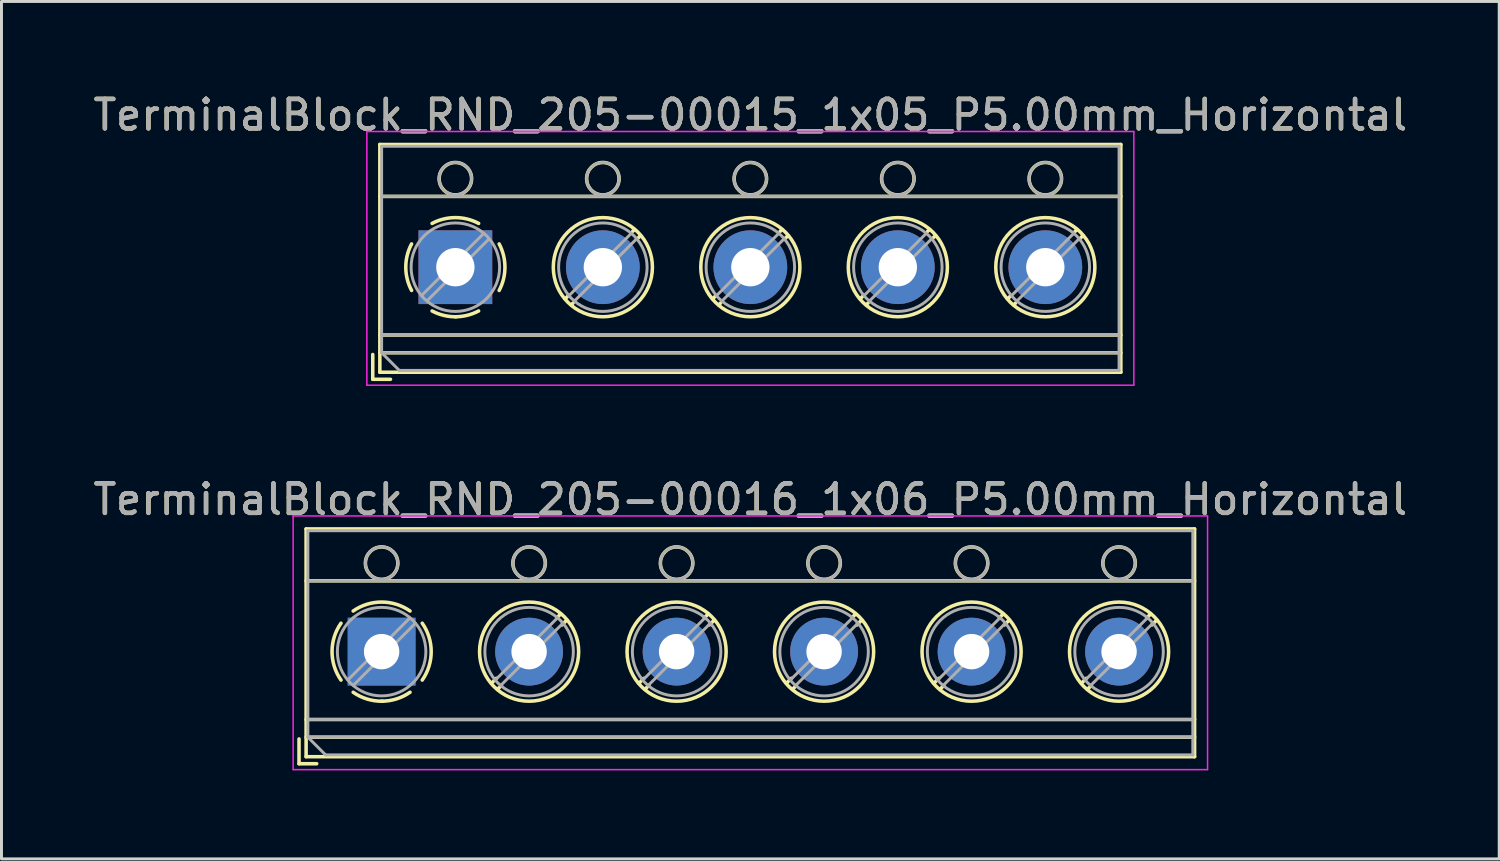
<source format=kicad_pcb>
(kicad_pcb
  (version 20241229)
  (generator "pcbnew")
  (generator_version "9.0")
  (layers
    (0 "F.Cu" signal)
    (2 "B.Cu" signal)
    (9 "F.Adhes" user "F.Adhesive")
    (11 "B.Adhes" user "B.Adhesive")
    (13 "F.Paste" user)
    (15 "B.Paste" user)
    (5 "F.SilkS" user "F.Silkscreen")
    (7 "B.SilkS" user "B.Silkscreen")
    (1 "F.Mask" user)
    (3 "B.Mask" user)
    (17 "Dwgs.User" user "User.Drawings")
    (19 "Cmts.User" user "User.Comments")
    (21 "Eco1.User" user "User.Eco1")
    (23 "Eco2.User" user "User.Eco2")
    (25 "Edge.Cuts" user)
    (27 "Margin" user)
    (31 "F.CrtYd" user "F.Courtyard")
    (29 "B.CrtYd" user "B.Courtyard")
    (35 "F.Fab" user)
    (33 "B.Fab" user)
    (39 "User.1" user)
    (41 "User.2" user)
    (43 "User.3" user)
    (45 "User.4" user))
  (footprint "TerminalBlock_RND_205-00015_1x05_P5.00mm_Horizontal"
    (layer "F.Cu")
    (at 12.387 6.008)
    (property "Reference" "TerminalBlock_RND_205-00015_1x05_P5.00mm_Horizontal" (at 10 -5.16 0) (layer "F.SilkS") (effects (font (size 1 1) (thickness 0.15))))
    (attr through_hole)
    (fp_line (start -2.8 2.96) (end -2.8 3.8) (stroke (width 0.12) (type solid)) (layer "F.SilkS"))
    (fp_line (start -2.8 3.8) (end -2.2 3.8) (stroke (width 0.12) (type solid)) (layer "F.SilkS"))
    (fp_line (start -2.56 -4.16) (end -2.56 3.561) (stroke (width 0.12) (type solid)) (layer "F.SilkS"))
    (fp_line (start -2.56 -4.16) (end 22.56 -4.16) (stroke (width 0.12) (type solid)) (layer "F.SilkS"))
    (fp_line (start -2.56 -2.4) (end 22.56 -2.4) (stroke (width 0.12) (type solid)) (layer "F.SilkS"))
    (fp_line (start -2.56 2.3) (end 22.56 2.3) (stroke (width 0.12) (type solid)) (layer "F.SilkS"))
    (fp_line (start -2.56 2.9) (end 22.56 2.9) (stroke (width 0.12) (type solid)) (layer "F.SilkS"))
    (fp_line (start -2.56 3.561) (end 22.56 3.561) (stroke (width 0.12) (type solid)) (layer "F.SilkS"))
    (fp_line (start 3.82 0.976) (end 3.726 1.069) (stroke (width 0.12) (type solid)) (layer "F.SilkS"))
    (fp_line (start 3.99 1.216) (end 3.931 1.274) (stroke (width 0.12) (type solid)) (layer "F.SilkS"))
    (fp_line (start 6.07 -1.275) (end 6.011 -1.216) (stroke (width 0.12) (type solid)) (layer "F.SilkS"))
    (fp_line (start 6.275 -1.069) (end 6.181 -0.976) (stroke (width 0.12) (type solid)) (layer "F.SilkS"))
    (fp_line (start 8.82 0.976) (end 8.726 1.069) (stroke (width 0.12) (type solid)) (layer "F.SilkS"))
    (fp_line (start 8.99 1.216) (end 8.931 1.274) (stroke (width 0.12) (type solid)) (layer "F.SilkS"))
    (fp_line (start 11.07 -1.275) (end 11.011 -1.216) (stroke (width 0.12) (type solid)) (layer "F.SilkS"))
    (fp_line (start 11.275 -1.069) (end 11.181 -0.976) (stroke (width 0.12) (type solid)) (layer "F.SilkS"))
    (fp_line (start 13.82 0.976) (end 13.726 1.069) (stroke (width 0.12) (type solid)) (layer "F.SilkS"))
    (fp_line (start 13.99 1.216) (end 13.931 1.274) (stroke (width 0.12) (type solid)) (layer "F.SilkS"))
    (fp_line (start 16.07 -1.275) (end 16.011 -1.216) (stroke (width 0.12) (type solid)) (layer "F.SilkS"))
    (fp_line (start 16.275 -1.069) (end 16.181 -0.976) (stroke (width 0.12) (type solid)) (layer "F.SilkS"))
    (fp_line (start 18.82 0.976) (end 18.726 1.069) (stroke (width 0.12) (type solid)) (layer "F.SilkS"))
    (fp_line (start 18.99 1.216) (end 18.931 1.274) (stroke (width 0.12) (type solid)) (layer "F.SilkS"))
    (fp_line (start 21.07 -1.275) (end 21.011 -1.216) (stroke (width 0.12) (type solid)) (layer "F.SilkS"))
    (fp_line (start 21.275 -1.069) (end 21.181 -0.976) (stroke (width 0.12) (type solid)) (layer "F.SilkS"))
    (fp_line (start 22.56 -4.16) (end 22.56 3.561) (stroke (width 0.12) (type solid)) (layer "F.SilkS"))
    (fp_arc (start -1.483953 0.789089) (mid -1.680708 0.00005) (end -1.484 -0.789) (stroke (width 0.12) (type solid)) (layer "F.SilkS"))
    (fp_arc (start -0.789089 -1.483953) (mid -0.00005 -1.680708) (end 0.789 -1.484) (stroke (width 0.12) (type solid)) (layer "F.SilkS"))
    (fp_arc (start 0.029383 1.68045) (mid -0.392304 1.634281) (end -0.789 1.484) (stroke (width 0.12) (type solid)) (layer "F.SilkS"))
    (fp_arc (start 0.788712 1.483352) (mid 0.406429 1.630097) (end 0 1.68) (stroke (width 0.12) (type solid)) (layer "F.SilkS"))
    (fp_arc (start 1.483953 -0.789089) (mid 1.680708 -0.00005) (end 1.484 0.789) (stroke (width 0.12) (type solid)) (layer "F.SilkS"))
    (fp_circle (center 0 -3) (end 0.55 -3) (stroke (width 0.12) (type solid)) (fill no) (layer "F.SilkS"))
    (fp_circle (center 5 -3) (end 5.55 -3) (stroke (width 0.12) (type solid)) (fill no) (layer "F.SilkS"))
    (fp_circle (center 5 0) (end 6.68 0) (stroke (width 0.12) (type solid)) (fill no) (layer "F.SilkS"))
    (fp_circle (center 10 -3) (end 10.55 -3) (stroke (width 0.12) (type solid)) (fill no) (layer "F.SilkS"))
    (fp_circle (center 10 0) (end 11.68 0) (stroke (width 0.12) (type solid)) (fill no) (layer "F.SilkS"))
    (fp_circle (center 15 -3) (end 15.55 -3) (stroke (width 0.12) (type solid)) (fill no) (layer "F.SilkS"))
    (fp_circle (center 15 0) (end 16.68 0) (stroke (width 0.12) (type solid)) (fill no) (layer "F.SilkS"))
    (fp_circle (center 20 -3) (end 20.55 -3) (stroke (width 0.12) (type solid)) (fill no) (layer "F.SilkS"))
    (fp_circle (center 20 0) (end 21.68 0) (stroke (width 0.12) (type solid)) (fill no) (layer "F.SilkS"))
    (fp_line (start -3 -4.6) (end -3 4) (stroke (width 0.05) (type solid)) (layer "F.CrtYd"))
    (fp_line (start -3 4) (end 23 4) (stroke (width 0.05) (type solid)) (layer "F.CrtYd"))
    (fp_line (start 23 -4.6) (end -3 -4.6) (stroke (width 0.05) (type solid)) (layer "F.CrtYd"))
    (fp_line (start 23 4) (end 23 -4.6) (stroke (width 0.05) (type solid)) (layer "F.CrtYd"))
    (fp_line (start -2.5 -4.1) (end 22.5 -4.1) (stroke (width 0.1) (type solid)) (layer "F.Fab"))
    (fp_line (start -2.5 -2.4) (end 22.5 -2.4) (stroke (width 0.1) (type solid)) (layer "F.Fab"))
    (fp_line (start -2.5 2.3) (end 22.5 2.3) (stroke (width 0.1) (type solid)) (layer "F.Fab"))
    (fp_line (start -2.5 2.9) (end -2.5 -4.1) (stroke (width 0.1) (type solid)) (layer "F.Fab"))
    (fp_line (start -2.5 2.9) (end 22.5 2.9) (stroke (width 0.1) (type solid)) (layer "F.Fab"))
    (fp_line (start -1.9 3.5) (end -2.5 2.9) (stroke (width 0.1) (type solid)) (layer "F.Fab"))
    (fp_line (start 0.955 -1.138) (end -1.138 0.955) (stroke (width 0.1) (type solid)) (layer "F.Fab"))
    (fp_line (start 1.138 -0.955) (end -0.955 1.138) (stroke (width 0.1) (type solid)) (layer "F.Fab"))
    (fp_line (start 5.955 -1.138) (end 3.863 0.955) (stroke (width 0.1) (type solid)) (layer "F.Fab"))
    (fp_line (start 6.138 -0.955) (end 4.046 1.138) (stroke (width 0.1) (type solid)) (layer "F.Fab"))
    (fp_line (start 10.955 -1.138) (end 8.863 0.955) (stroke (width 0.1) (type solid)) (layer "F.Fab"))
    (fp_line (start 11.138 -0.955) (end 9.046 1.138) (stroke (width 0.1) (type solid)) (layer "F.Fab"))
    (fp_line (start 15.955 -1.138) (end 13.863 0.955) (stroke (width 0.1) (type solid)) (layer "F.Fab"))
    (fp_line (start 16.138 -0.955) (end 14.046 1.138) (stroke (width 0.1) (type solid)) (layer "F.Fab"))
    (fp_line (start 20.955 -1.138) (end 18.863 0.955) (stroke (width 0.1) (type solid)) (layer "F.Fab"))
    (fp_line (start 21.138 -0.955) (end 19.046 1.138) (stroke (width 0.1) (type solid)) (layer "F.Fab"))
    (fp_line (start 22.5 -4.1) (end 22.5 3.5) (stroke (width 0.1) (type solid)) (layer "F.Fab"))
    (fp_line (start 22.5 3.5) (end -1.9 3.5) (stroke (width 0.1) (type solid)) (layer "F.Fab"))
    (fp_circle (center 0 -3) (end 0.55 -3) (stroke (width 0.1) (type solid)) (fill no) (layer "F.Fab"))
    (fp_circle (center 0 0) (end 1.5 0) (stroke (width 0.1) (type solid)) (fill no) (layer "F.Fab"))
    (fp_circle (center 5 -3) (end 5.55 -3) (stroke (width 0.1) (type solid)) (fill no) (layer "F.Fab"))
    (fp_circle (center 5 0) (end 6.5 0) (stroke (width 0.1) (type solid)) (fill no) (layer "F.Fab"))
    (fp_circle (center 10 -3) (end 10.55 -3) (stroke (width 0.1) (type solid)) (fill no) (layer "F.Fab"))
    (fp_circle (center 10 0) (end 11.5 0) (stroke (width 0.1) (type solid)) (fill no) (layer "F.Fab"))
    (fp_circle (center 15 -3) (end 15.55 -3) (stroke (width 0.1) (type solid)) (fill no) (layer "F.Fab"))
    (fp_circle (center 15 0) (end 16.5 0) (stroke (width 0.1) (type solid)) (fill no) (layer "F.Fab"))
    (fp_circle (center 20 -3) (end 20.55 -3) (stroke (width 0.1) (type solid)) (fill no) (layer "F.Fab"))
    (fp_circle (center 20 0) (end 21.5 0) (stroke (width 0.1) (type solid)) (fill no) (layer "F.Fab"))
    (fp_text user "${REFERENCE}" (at 10 -5.16 0) (layer "F.Fab") (effects (font (size 1 1) (thickness 0.15))))
    (pad "1" thru_hole rect (at 0 0) (size 2.5 2.5) (drill 1.3) (layers "*.Cu" "*.Mask"))
    (pad "2" thru_hole circle (at 5 0) (size 2.5 2.5) (drill 1.3) (layers "*.Cu" "*.Mask"))
    (pad "3" thru_hole circle (at 10 0) (size 2.5 2.5) (drill 1.3) (layers "*.Cu" "*.Mask"))
    (pad "4" thru_hole circle (at 15 0) (size 2.5 2.5) (drill 1.3) (layers "*.Cu" "*.Mask"))
    (pad "5" thru_hole circle (at 20 0) (size 2.5 2.5) (drill 1.3) (layers "*.Cu" "*.Mask")))
  (footprint "TerminalBlock_RND_205-00016_1x06_P5.00mm_Horizontal"
    (layer "F.Cu")
    (at 9.887 19.041)
    (property "Reference" "TerminalBlock_RND_205-00016_1x06_P5.00mm_Horizontal" (at 12.5 -5.16 0) (layer "F.SilkS") (effects (font (size 1 1) (thickness 0.15))))
    (attr through_hole)
    (fp_line (start -2.8 2.96) (end -2.8 3.8) (stroke (width 0.12) (type solid)) (layer "F.SilkS"))
    (fp_line (start -2.8 3.8) (end -2.2 3.8) (stroke (width 0.12) (type solid)) (layer "F.SilkS"))
    (fp_line (start -2.56 -4.16) (end -2.56 3.561) (stroke (width 0.12) (type solid)) (layer "F.SilkS"))
    (fp_line (start -2.56 -4.16) (end 27.56 -4.16) (stroke (width 0.12) (type solid)) (layer "F.SilkS"))
    (fp_line (start -2.56 -2.4) (end 27.56 -2.4) (stroke (width 0.12) (type solid)) (layer "F.SilkS"))
    (fp_line (start -2.56 2.3) (end 27.56 2.3) (stroke (width 0.12) (type solid)) (layer "F.SilkS"))
    (fp_line (start -2.56 2.9) (end 27.56 2.9) (stroke (width 0.12) (type solid)) (layer "F.SilkS"))
    (fp_line (start -2.56 3.561) (end 27.56 3.561) (stroke (width 0.12) (type solid)) (layer "F.SilkS"))
    (fp_line (start 3.89 0.905) (end 3.726 1.069) (stroke (width 0.12) (type solid)) (layer "F.SilkS"))
    (fp_line (start 4.06 1.146) (end 3.931 1.274) (stroke (width 0.12) (type solid)) (layer "F.SilkS"))
    (fp_line (start 6.07 -1.275) (end 5.941 -1.146) (stroke (width 0.12) (type solid)) (layer "F.SilkS"))
    (fp_line (start 6.275 -1.069) (end 6.111 -0.905) (stroke (width 0.12) (type solid)) (layer "F.SilkS"))
    (fp_line (start 8.89 0.905) (end 8.726 1.069) (stroke (width 0.12) (type solid)) (layer "F.SilkS"))
    (fp_line (start 9.06 1.146) (end 8.931 1.274) (stroke (width 0.12) (type solid)) (layer "F.SilkS"))
    (fp_line (start 11.07 -1.275) (end 10.941 -1.146) (stroke (width 0.12) (type solid)) (layer "F.SilkS"))
    (fp_line (start 11.275 -1.069) (end 11.111 -0.905) (stroke (width 0.12) (type solid)) (layer "F.SilkS"))
    (fp_line (start 13.89 0.905) (end 13.726 1.069) (stroke (width 0.12) (type solid)) (layer "F.SilkS"))
    (fp_line (start 14.06 1.146) (end 13.931 1.274) (stroke (width 0.12) (type solid)) (layer "F.SilkS"))
    (fp_line (start 16.07 -1.275) (end 15.941 -1.146) (stroke (width 0.12) (type solid)) (layer "F.SilkS"))
    (fp_line (start 16.275 -1.069) (end 16.111 -0.905) (stroke (width 0.12) (type solid)) (layer "F.SilkS"))
    (fp_line (start 18.89 0.905) (end 18.726 1.069) (stroke (width 0.12) (type solid)) (layer "F.SilkS"))
    (fp_line (start 19.06 1.146) (end 18.931 1.274) (stroke (width 0.12) (type solid)) (layer "F.SilkS"))
    (fp_line (start 21.07 -1.275) (end 20.941 -1.146) (stroke (width 0.12) (type solid)) (layer "F.SilkS"))
    (fp_line (start 21.275 -1.069) (end 21.111 -0.905) (stroke (width 0.12) (type solid)) (layer "F.SilkS"))
    (fp_line (start 23.89 0.905) (end 23.726 1.069) (stroke (width 0.12) (type solid)) (layer "F.SilkS"))
    (fp_line (start 24.06 1.146) (end 23.931 1.274) (stroke (width 0.12) (type solid)) (layer "F.SilkS"))
    (fp_line (start 26.07 -1.275) (end 25.941 -1.146) (stroke (width 0.12) (type solid)) (layer "F.SilkS"))
    (fp_line (start 26.275 -1.069) (end 26.111 -0.905) (stroke (width 0.12) (type solid)) (layer "F.SilkS"))
    (fp_line (start 27.56 -4.16) (end 27.56 3.561) (stroke (width 0.12) (type solid)) (layer "F.SilkS"))
    (fp_arc (start -1.376825 0.964249) (mid -1.6809 0.000152) (end -1.377 -0.964) (stroke (width 0.12) (type solid)) (layer "F.SilkS"))
    (fp_arc (start -0.964249 -1.376825) (mid -0.000152 -1.6809) (end 0.964 -1.377) (stroke (width 0.12) (type solid)) (layer "F.SilkS"))
    (fp_arc (start 0.029488 1.680641) (mid -0.491302 1.607497) (end -0.964 1.377) (stroke (width 0.12) (type solid)) (layer "F.SilkS"))
    (fp_arc (start 0.963608 1.376175) (mid 0.505186 1.602244) (end 0 1.68) (stroke (width 0.12) (type solid)) (layer "F.SilkS"))
    (fp_arc (start 1.376825 -0.964249) (mid 1.6809 -0.000152) (end 1.377 0.964) (stroke (width 0.12) (type solid)) (layer "F.SilkS"))
    (fp_circle (center 0 -3) (end 0.55 -3) (stroke (width 0.12) (type solid)) (fill no) (layer "F.SilkS"))
    (fp_circle (center 5 -3) (end 5.55 -3) (stroke (width 0.12) (type solid)) (fill no) (layer "F.SilkS"))
    (fp_circle (center 5 0) (end 6.68 0) (stroke (width 0.12) (type solid)) (fill no) (layer "F.SilkS"))
    (fp_circle (center 10 -3) (end 10.55 -3) (stroke (width 0.12) (type solid)) (fill no) (layer "F.SilkS"))
    (fp_circle (center 10 0) (end 11.68 0) (stroke (width 0.12) (type solid)) (fill no) (layer "F.SilkS"))
    (fp_circle (center 15 -3) (end 15.55 -3) (stroke (width 0.12) (type solid)) (fill no) (layer "F.SilkS"))
    (fp_circle (center 15 0) (end 16.68 0) (stroke (width 0.12) (type solid)) (fill no) (layer "F.SilkS"))
    (fp_circle (center 20 -3) (end 20.55 -3) (stroke (width 0.12) (type solid)) (fill no) (layer "F.SilkS"))
    (fp_circle (center 20 0) (end 21.68 0) (stroke (width 0.12) (type solid)) (fill no) (layer "F.SilkS"))
    (fp_circle (center 25 -3) (end 25.55 -3) (stroke (width 0.12) (type solid)) (fill no) (layer "F.SilkS"))
    (fp_circle (center 25 0) (end 26.68 0) (stroke (width 0.12) (type solid)) (fill no) (layer "F.SilkS"))
    (fp_line (start -3 -4.6) (end -3 4) (stroke (width 0.05) (type solid)) (layer "F.CrtYd"))
    (fp_line (start -3 4) (end 28 4) (stroke (width 0.05) (type solid)) (layer "F.CrtYd"))
    (fp_line (start 28 -4.6) (end -3 -4.6) (stroke (width 0.05) (type solid)) (layer "F.CrtYd"))
    (fp_line (start 28 4) (end 28 -4.6) (stroke (width 0.05) (type solid)) (layer "F.CrtYd"))
    (fp_line (start -2.5 -4.1) (end 27.5 -4.1) (stroke (width 0.1) (type solid)) (layer "F.Fab"))
    (fp_line (start -2.5 -2.4) (end 27.5 -2.4) (stroke (width 0.1) (type solid)) (layer "F.Fab"))
    (fp_line (start -2.5 2.3) (end 27.5 2.3) (stroke (width 0.1) (type solid)) (layer "F.Fab"))
    (fp_line (start -2.5 2.9) (end -2.5 -4.1) (stroke (width 0.1) (type solid)) (layer "F.Fab"))
    (fp_line (start -2.5 2.9) (end 27.5 2.9) (stroke (width 0.1) (type solid)) (layer "F.Fab"))
    (fp_line (start -1.9 3.5) (end -2.5 2.9) (stroke (width 0.1) (type solid)) (layer "F.Fab"))
    (fp_line (start 0.955 -1.138) (end -1.138 0.955) (stroke (width 0.1) (type solid)) (layer "F.Fab"))
    (fp_line (start 1.138 -0.955) (end -0.955 1.138) (stroke (width 0.1) (type solid)) (layer "F.Fab"))
    (fp_line (start 5.955 -1.138) (end 3.863 0.955) (stroke (width 0.1) (type solid)) (layer "F.Fab"))
    (fp_line (start 6.138 -0.955) (end 4.046 1.138) (stroke (width 0.1) (type solid)) (layer "F.Fab"))
    (fp_line (start 10.955 -1.138) (end 8.863 0.955) (stroke (width 0.1) (type solid)) (layer "F.Fab"))
    (fp_line (start 11.138 -0.955) (end 9.046 1.138) (stroke (width 0.1) (type solid)) (layer "F.Fab"))
    (fp_line (start 15.955 -1.138) (end 13.863 0.955) (stroke (width 0.1) (type solid)) (layer "F.Fab"))
    (fp_line (start 16.138 -0.955) (end 14.046 1.138) (stroke (width 0.1) (type solid)) (layer "F.Fab"))
    (fp_line (start 20.955 -1.138) (end 18.863 0.955) (stroke (width 0.1) (type solid)) (layer "F.Fab"))
    (fp_line (start 21.138 -0.955) (end 19.046 1.138) (stroke (width 0.1) (type solid)) (layer "F.Fab"))
    (fp_line (start 25.955 -1.138) (end 23.863 0.955) (stroke (width 0.1) (type solid)) (layer "F.Fab"))
    (fp_line (start 26.138 -0.955) (end 24.046 1.138) (stroke (width 0.1) (type solid)) (layer "F.Fab"))
    (fp_line (start 27.5 -4.1) (end 27.5 3.5) (stroke (width 0.1) (type solid)) (layer "F.Fab"))
    (fp_line (start 27.5 3.5) (end -1.9 3.5) (stroke (width 0.1) (type solid)) (layer "F.Fab"))
    (fp_circle (center 0 -3) (end 0.55 -3) (stroke (width 0.1) (type solid)) (fill no) (layer "F.Fab"))
    (fp_circle (center 0 0) (end 1.5 0) (stroke (width 0.1) (type solid)) (fill no) (layer "F.Fab"))
    (fp_circle (center 5 -3) (end 5.55 -3) (stroke (width 0.1) (type solid)) (fill no) (layer "F.Fab"))
    (fp_circle (center 5 0) (end 6.5 0) (stroke (width 0.1) (type solid)) (fill no) (layer "F.Fab"))
    (fp_circle (center 10 -3) (end 10.55 -3) (stroke (width 0.1) (type solid)) (fill no) (layer "F.Fab"))
    (fp_circle (center 10 0) (end 11.5 0) (stroke (width 0.1) (type solid)) (fill no) (layer "F.Fab"))
    (fp_circle (center 15 -3) (end 15.55 -3) (stroke (width 0.1) (type solid)) (fill no) (layer "F.Fab"))
    (fp_circle (center 15 0) (end 16.5 0) (stroke (width 0.1) (type solid)) (fill no) (layer "F.Fab"))
    (fp_circle (center 20 -3) (end 20.55 -3) (stroke (width 0.1) (type solid)) (fill no) (layer "F.Fab"))
    (fp_circle (center 20 0) (end 21.5 0) (stroke (width 0.1) (type solid)) (fill no) (layer "F.Fab"))
    (fp_circle (center 25 -3) (end 25.55 -3) (stroke (width 0.1) (type solid)) (fill no) (layer "F.Fab"))
    (fp_circle (center 25 0) (end 26.5 0) (stroke (width 0.1) (type solid)) (fill no) (layer "F.Fab"))
    (fp_text user "${REFERENCE}" (at 12.5 -5.16 0) (layer "F.Fab") (effects (font (size 1 1) (thickness 0.15))))
    (pad "1" thru_hole rect (at 0 0) (size 2.3 2.3) (drill 1.2) (layers "*.Cu" "*.Mask"))
    (pad "2" thru_hole circle (at 5 0) (size 2.3 2.3) (drill 1.2) (layers "*.Cu" "*.Mask"))
    (pad "3" thru_hole circle (at 10 0) (size 2.3 2.3) (drill 1.2) (layers "*.Cu" "*.Mask"))
    (pad "4" thru_hole circle (at 15 0) (size 2.3 2.3) (drill 1.2) (layers "*.Cu" "*.Mask"))
    (pad "5" thru_hole circle (at 20 0) (size 2.3 2.3) (drill 1.2) (layers "*.Cu" "*.Mask"))
    (pad "6" thru_hole circle (at 25 0) (size 2.3 2.3) (drill 1.2) (layers "*.Cu" "*.Mask")))
  (gr_rect
    (start -3 -3)
    (end 47.774 26.067)
    (stroke (width 0.1) (type default))
    (fill no)
    (layer "Edge.Cuts")))
</source>
